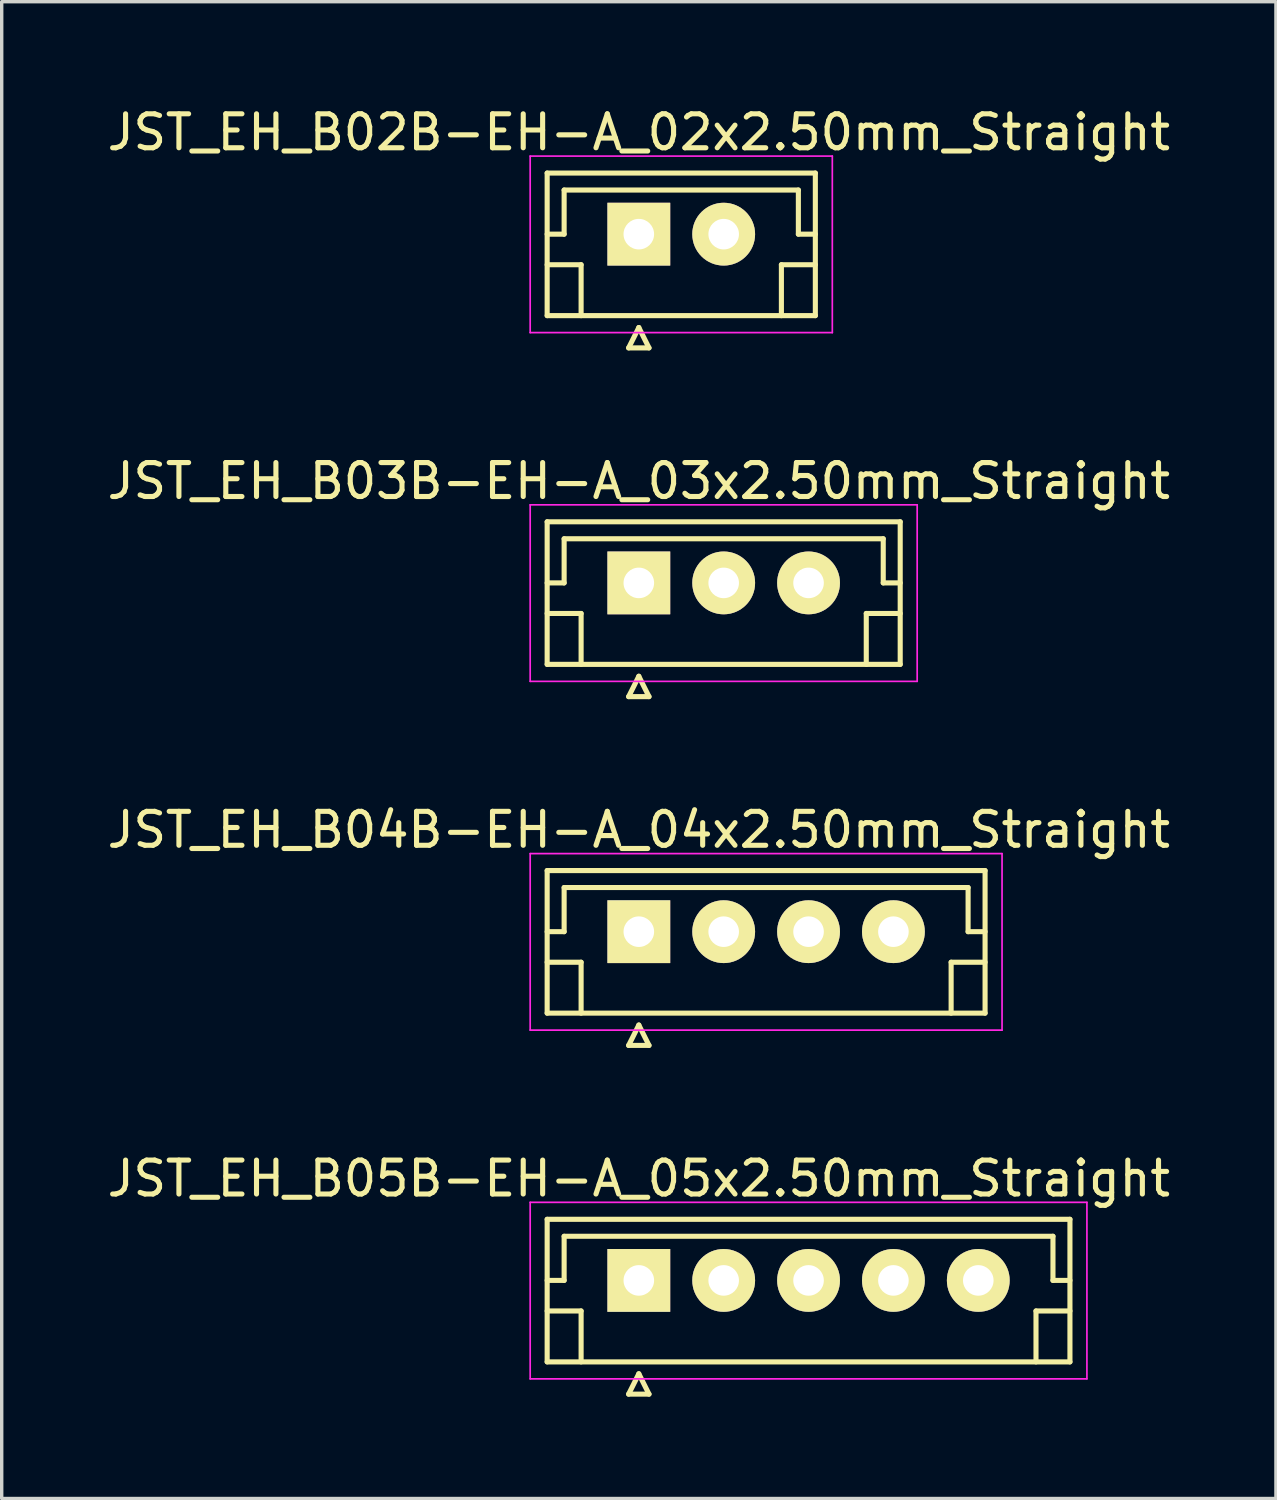
<source format=kicad_pcb>
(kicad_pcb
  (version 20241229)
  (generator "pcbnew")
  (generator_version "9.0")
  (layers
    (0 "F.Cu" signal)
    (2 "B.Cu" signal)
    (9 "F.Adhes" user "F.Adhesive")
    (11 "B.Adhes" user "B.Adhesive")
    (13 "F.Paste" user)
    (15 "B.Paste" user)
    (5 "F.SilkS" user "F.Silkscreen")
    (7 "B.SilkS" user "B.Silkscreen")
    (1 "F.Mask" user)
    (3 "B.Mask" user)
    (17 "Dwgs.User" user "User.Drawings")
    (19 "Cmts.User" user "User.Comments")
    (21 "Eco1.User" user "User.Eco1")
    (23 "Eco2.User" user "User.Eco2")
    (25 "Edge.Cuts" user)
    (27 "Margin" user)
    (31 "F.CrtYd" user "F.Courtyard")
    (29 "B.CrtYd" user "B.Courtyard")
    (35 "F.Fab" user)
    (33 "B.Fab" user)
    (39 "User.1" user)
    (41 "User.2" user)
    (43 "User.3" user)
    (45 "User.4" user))
  (footprint "JST_EH_B04B-EH-A_04x2.50mm_Straight"
    (layer "F.Cu")
    (at 15.768 24.395)
    (property "Reference" "JST_EH_B04B-EH-A_04x2.50mm_Straight" (at 0 -3 0) (layer "F.SilkS") (effects (font (size 1 1) (thickness 0.15))))
    (attr through_hole)
    (fp_line (start -2.7 -1.8) (end -2.7 2.4) (stroke (width 0.15) (type solid)) (layer "F.SilkS"))
    (fp_line (start -2.7 0) (end -2.2 0) (stroke (width 0.15) (type solid)) (layer "F.SilkS"))
    (fp_line (start -2.7 0.9) (end -1.7 0.9) (stroke (width 0.15) (type solid)) (layer "F.SilkS"))
    (fp_line (start -2.7 2.4) (end 10.2 2.4) (stroke (width 0.15) (type solid)) (layer "F.SilkS"))
    (fp_line (start -2.2 -1.3) (end 9.7 -1.3) (stroke (width 0.15) (type solid)) (layer "F.SilkS"))
    (fp_line (start -2.2 0) (end -2.2 -1.3) (stroke (width 0.15) (type solid)) (layer "F.SilkS"))
    (fp_line (start -1.7 0.9) (end -1.7 2.4) (stroke (width 0.15) (type solid)) (layer "F.SilkS"))
    (fp_line (start -0.3 3.35) (end 0.3 3.35) (stroke (width 0.15) (type solid)) (layer "F.SilkS"))
    (fp_line (start 0 2.75) (end -0.3 3.35) (stroke (width 0.15) (type solid)) (layer "F.SilkS"))
    (fp_line (start 0.3 3.35) (end 0 2.75) (stroke (width 0.15) (type solid)) (layer "F.SilkS"))
    (fp_line (start 9.2 0.9) (end 9.2 2.4) (stroke (width 0.15) (type solid)) (layer "F.SilkS"))
    (fp_line (start 9.7 -1.3) (end 9.7 0) (stroke (width 0.15) (type solid)) (layer "F.SilkS"))
    (fp_line (start 9.7 0) (end 10.2 0) (stroke (width 0.15) (type solid)) (layer "F.SilkS"))
    (fp_line (start 10.2 -1.8) (end -2.7 -1.8) (stroke (width 0.15) (type solid)) (layer "F.SilkS"))
    (fp_line (start 10.2 0.9) (end 9.2 0.9) (stroke (width 0.15) (type solid)) (layer "F.SilkS"))
    (fp_line (start 10.2 2.4) (end 10.2 -1.8) (stroke (width 0.15) (type solid)) (layer "F.SilkS"))
    (fp_line (start -3.2 -2.3) (end -3.2 2.9) (stroke (width 0.05) (type solid)) (layer "F.CrtYd"))
    (fp_line (start -3.2 2.9) (end 10.7 2.9) (stroke (width 0.05) (type solid)) (layer "F.CrtYd"))
    (fp_line (start 10.7 -2.3) (end -3.2 -2.3) (stroke (width 0.05) (type solid)) (layer "F.CrtYd"))
    (fp_line (start 10.7 2.9) (end 10.7 -2.3) (stroke (width 0.05) (type solid)) (layer "F.CrtYd"))
    (pad "1" thru_hole rect (at 0 0) (size 1.85 1.85) (drill 0.9) (layers "*.Cu" "*.Mask" "F.SilkS"))
    (pad "2" thru_hole circle (at 2.5 0) (size 1.85 1.85) (drill 0.9) (layers "*.Cu" "*.Mask" "F.SilkS"))
    (pad "3" thru_hole circle (at 5 0) (size 1.85 1.85) (drill 0.9) (layers "*.Cu" "*.Mask" "F.SilkS"))
    (pad "4" thru_hole circle (at 7.5 0) (size 1.85 1.85) (drill 0.9) (layers "*.Cu" "*.Mask" "F.SilkS")))
  (footprint "JST_EH_B02B-EH-A_02x2.50mm_Straight"
    (layer "F.Cu")
    (at 15.768 3.848)
    (property "Reference" "JST_EH_B02B-EH-A_02x2.50mm_Straight" (at 0 -3 0) (layer "F.SilkS") (effects (font (size 1 1) (thickness 0.15))))
    (attr through_hole)
    (fp_line (start -2.7 -1.8) (end -2.7 2.4) (stroke (width 0.15) (type solid)) (layer "F.SilkS"))
    (fp_line (start -2.7 0) (end -2.2 0) (stroke (width 0.15) (type solid)) (layer "F.SilkS"))
    (fp_line (start -2.7 0.9) (end -1.7 0.9) (stroke (width 0.15) (type solid)) (layer "F.SilkS"))
    (fp_line (start -2.7 2.4) (end 5.2 2.4) (stroke (width 0.15) (type solid)) (layer "F.SilkS"))
    (fp_line (start -2.2 -1.3) (end 4.7 -1.3) (stroke (width 0.15) (type solid)) (layer "F.SilkS"))
    (fp_line (start -2.2 0) (end -2.2 -1.3) (stroke (width 0.15) (type solid)) (layer "F.SilkS"))
    (fp_line (start -1.7 0.9) (end -1.7 2.4) (stroke (width 0.15) (type solid)) (layer "F.SilkS"))
    (fp_line (start -0.3 3.35) (end 0.3 3.35) (stroke (width 0.15) (type solid)) (layer "F.SilkS"))
    (fp_line (start 0 2.75) (end -0.3 3.35) (stroke (width 0.15) (type solid)) (layer "F.SilkS"))
    (fp_line (start 0.3 3.35) (end 0 2.75) (stroke (width 0.15) (type solid)) (layer "F.SilkS"))
    (fp_line (start 4.2 0.9) (end 4.2 2.4) (stroke (width 0.15) (type solid)) (layer "F.SilkS"))
    (fp_line (start 4.7 -1.3) (end 4.7 0) (stroke (width 0.15) (type solid)) (layer "F.SilkS"))
    (fp_line (start 4.7 0) (end 5.2 0) (stroke (width 0.15) (type solid)) (layer "F.SilkS"))
    (fp_line (start 5.2 -1.8) (end -2.7 -1.8) (stroke (width 0.15) (type solid)) (layer "F.SilkS"))
    (fp_line (start 5.2 0.9) (end 4.2 0.9) (stroke (width 0.15) (type solid)) (layer "F.SilkS"))
    (fp_line (start 5.2 2.4) (end 5.2 -1.8) (stroke (width 0.15) (type solid)) (layer "F.SilkS"))
    (fp_line (start -3.2 -2.3) (end -3.2 2.9) (stroke (width 0.05) (type solid)) (layer "F.CrtYd"))
    (fp_line (start -3.2 2.9) (end 5.7 2.9) (stroke (width 0.05) (type solid)) (layer "F.CrtYd"))
    (fp_line (start 5.7 -2.3) (end -3.2 -2.3) (stroke (width 0.05) (type solid)) (layer "F.CrtYd"))
    (fp_line (start 5.7 2.9) (end 5.7 -2.3) (stroke (width 0.05) (type solid)) (layer "F.CrtYd"))
    (pad "1" thru_hole rect (at 0 0) (size 1.85 1.85) (drill 0.9) (layers "*.Cu" "*.Mask" "F.SilkS"))
    (pad "2" thru_hole circle (at 2.5 0) (size 1.85 1.85) (drill 0.9) (layers "*.Cu" "*.Mask" "F.SilkS")))
  (footprint "JST_EH_B03B-EH-A_03x2.50mm_Straight"
    (layer "F.Cu")
    (at 15.768 14.121)
    (property "Reference" "JST_EH_B03B-EH-A_03x2.50mm_Straight" (at 0 -3 0) (layer "F.SilkS") (effects (font (size 1 1) (thickness 0.15))))
    (attr through_hole)
    (fp_line (start -2.7 -1.8) (end -2.7 2.4) (stroke (width 0.15) (type solid)) (layer "F.SilkS"))
    (fp_line (start -2.7 0) (end -2.2 0) (stroke (width 0.15) (type solid)) (layer "F.SilkS"))
    (fp_line (start -2.7 0.9) (end -1.7 0.9) (stroke (width 0.15) (type solid)) (layer "F.SilkS"))
    (fp_line (start -2.7 2.4) (end 7.7 2.4) (stroke (width 0.15) (type solid)) (layer "F.SilkS"))
    (fp_line (start -2.2 -1.3) (end 7.2 -1.3) (stroke (width 0.15) (type solid)) (layer "F.SilkS"))
    (fp_line (start -2.2 0) (end -2.2 -1.3) (stroke (width 0.15) (type solid)) (layer "F.SilkS"))
    (fp_line (start -1.7 0.9) (end -1.7 2.4) (stroke (width 0.15) (type solid)) (layer "F.SilkS"))
    (fp_line (start -0.3 3.35) (end 0.3 3.35) (stroke (width 0.15) (type solid)) (layer "F.SilkS"))
    (fp_line (start 0 2.75) (end -0.3 3.35) (stroke (width 0.15) (type solid)) (layer "F.SilkS"))
    (fp_line (start 0.3 3.35) (end 0 2.75) (stroke (width 0.15) (type solid)) (layer "F.SilkS"))
    (fp_line (start 6.7 0.9) (end 6.7 2.4) (stroke (width 0.15) (type solid)) (layer "F.SilkS"))
    (fp_line (start 7.2 -1.3) (end 7.2 0) (stroke (width 0.15) (type solid)) (layer "F.SilkS"))
    (fp_line (start 7.2 0) (end 7.7 0) (stroke (width 0.15) (type solid)) (layer "F.SilkS"))
    (fp_line (start 7.7 -1.8) (end -2.7 -1.8) (stroke (width 0.15) (type solid)) (layer "F.SilkS"))
    (fp_line (start 7.7 0.9) (end 6.7 0.9) (stroke (width 0.15) (type solid)) (layer "F.SilkS"))
    (fp_line (start 7.7 2.4) (end 7.7 -1.8) (stroke (width 0.15) (type solid)) (layer "F.SilkS"))
    (fp_line (start -3.2 -2.3) (end -3.2 2.9) (stroke (width 0.05) (type solid)) (layer "F.CrtYd"))
    (fp_line (start -3.2 2.9) (end 8.2 2.9) (stroke (width 0.05) (type solid)) (layer "F.CrtYd"))
    (fp_line (start 8.2 -2.3) (end -3.2 -2.3) (stroke (width 0.05) (type solid)) (layer "F.CrtYd"))
    (fp_line (start 8.2 2.9) (end 8.2 -2.3) (stroke (width 0.05) (type solid)) (layer "F.CrtYd"))
    (pad "1" thru_hole rect (at 0 0) (size 1.85 1.85) (drill 0.9) (layers "*.Cu" "*.Mask" "F.SilkS"))
    (pad "2" thru_hole circle (at 2.5 0) (size 1.85 1.85) (drill 0.9) (layers "*.Cu" "*.Mask" "F.SilkS"))
    (pad "3" thru_hole circle (at 5 0) (size 1.85 1.85) (drill 0.9) (layers "*.Cu" "*.Mask" "F.SilkS")))
  (footprint "JST_EH_B05B-EH-A_05x2.50mm_Straight"
    (layer "F.Cu")
    (at 15.768 34.668)
    (property "Reference" "JST_EH_B05B-EH-A_05x2.50mm_Straight" (at 0 -3 0) (layer "F.SilkS") (effects (font (size 1 1) (thickness 0.15))))
    (attr through_hole)
    (fp_line (start -2.7 -1.8) (end -2.7 2.4) (stroke (width 0.15) (type solid)) (layer "F.SilkS"))
    (fp_line (start -2.7 0) (end -2.2 0) (stroke (width 0.15) (type solid)) (layer "F.SilkS"))
    (fp_line (start -2.7 0.9) (end -1.7 0.9) (stroke (width 0.15) (type solid)) (layer "F.SilkS"))
    (fp_line (start -2.7 2.4) (end 12.7 2.4) (stroke (width 0.15) (type solid)) (layer "F.SilkS"))
    (fp_line (start -2.2 -1.3) (end 12.2 -1.3) (stroke (width 0.15) (type solid)) (layer "F.SilkS"))
    (fp_line (start -2.2 0) (end -2.2 -1.3) (stroke (width 0.15) (type solid)) (layer "F.SilkS"))
    (fp_line (start -1.7 0.9) (end -1.7 2.4) (stroke (width 0.15) (type solid)) (layer "F.SilkS"))
    (fp_line (start -0.3 3.35) (end 0.3 3.35) (stroke (width 0.15) (type solid)) (layer "F.SilkS"))
    (fp_line (start 0 2.75) (end -0.3 3.35) (stroke (width 0.15) (type solid)) (layer "F.SilkS"))
    (fp_line (start 0.3 3.35) (end 0 2.75) (stroke (width 0.15) (type solid)) (layer "F.SilkS"))
    (fp_line (start 11.7 0.9) (end 11.7 2.4) (stroke (width 0.15) (type solid)) (layer "F.SilkS"))
    (fp_line (start 12.2 -1.3) (end 12.2 0) (stroke (width 0.15) (type solid)) (layer "F.SilkS"))
    (fp_line (start 12.2 0) (end 12.7 0) (stroke (width 0.15) (type solid)) (layer "F.SilkS"))
    (fp_line (start 12.7 -1.8) (end -2.7 -1.8) (stroke (width 0.15) (type solid)) (layer "F.SilkS"))
    (fp_line (start 12.7 0.9) (end 11.7 0.9) (stroke (width 0.15) (type solid)) (layer "F.SilkS"))
    (fp_line (start 12.7 2.4) (end 12.7 -1.8) (stroke (width 0.15) (type solid)) (layer "F.SilkS"))
    (fp_line (start -3.2 -2.3) (end -3.2 2.9) (stroke (width 0.05) (type solid)) (layer "F.CrtYd"))
    (fp_line (start -3.2 2.9) (end 13.2 2.9) (stroke (width 0.05) (type solid)) (layer "F.CrtYd"))
    (fp_line (start 13.2 -2.3) (end -3.2 -2.3) (stroke (width 0.05) (type solid)) (layer "F.CrtYd"))
    (fp_line (start 13.2 2.9) (end 13.2 -2.3) (stroke (width 0.05) (type solid)) (layer "F.CrtYd"))
    (pad "1" thru_hole rect (at 0 0) (size 1.85 1.85) (drill 0.9) (layers "*.Cu" "*.Mask" "F.SilkS"))
    (pad "2" thru_hole circle (at 2.5 0) (size 1.85 1.85) (drill 0.9) (layers "*.Cu" "*.Mask" "F.SilkS"))
    (pad "3" thru_hole circle (at 5 0) (size 1.85 1.85) (drill 0.9) (layers "*.Cu" "*.Mask" "F.SilkS"))
    (pad "4" thru_hole circle (at 7.5 0) (size 1.85 1.85) (drill 0.9) (layers "*.Cu" "*.Mask" "F.SilkS"))
    (pad "5" thru_hole circle (at 10 0) (size 1.85 1.85) (drill 0.9) (layers "*.Cu" "*.Mask" "F.SilkS")))
  (gr_rect
    (start -3 -3)
    (end 34.536 41.093)
    (stroke (width 0.1) (type default))
    (fill no)
    (layer "Edge.Cuts")))
</source>
